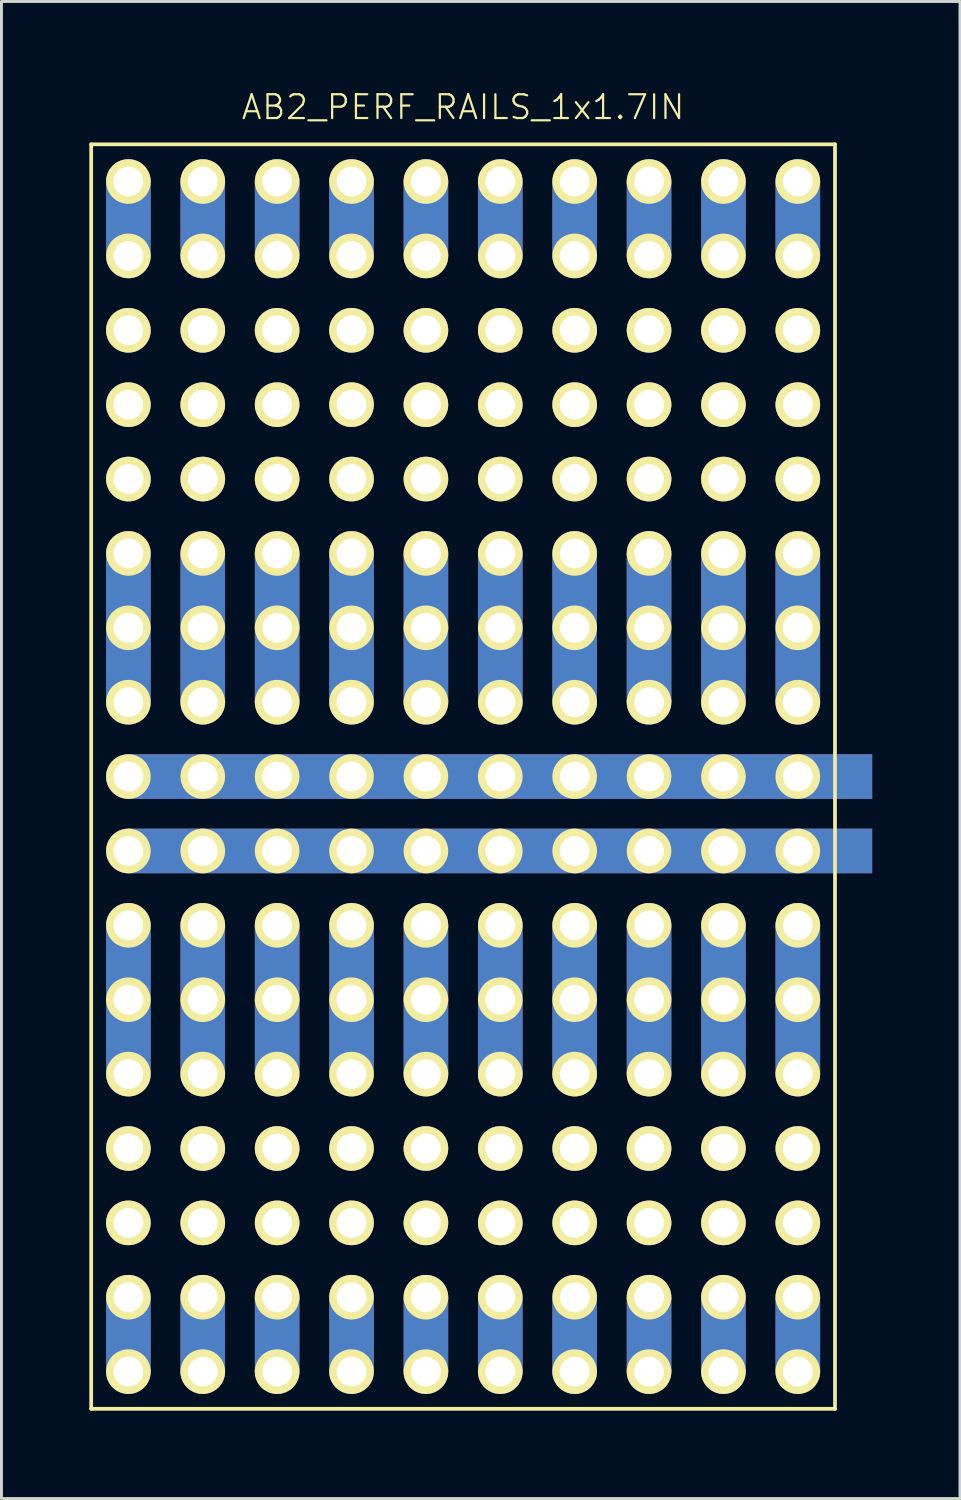
<source format=kicad_pcb>
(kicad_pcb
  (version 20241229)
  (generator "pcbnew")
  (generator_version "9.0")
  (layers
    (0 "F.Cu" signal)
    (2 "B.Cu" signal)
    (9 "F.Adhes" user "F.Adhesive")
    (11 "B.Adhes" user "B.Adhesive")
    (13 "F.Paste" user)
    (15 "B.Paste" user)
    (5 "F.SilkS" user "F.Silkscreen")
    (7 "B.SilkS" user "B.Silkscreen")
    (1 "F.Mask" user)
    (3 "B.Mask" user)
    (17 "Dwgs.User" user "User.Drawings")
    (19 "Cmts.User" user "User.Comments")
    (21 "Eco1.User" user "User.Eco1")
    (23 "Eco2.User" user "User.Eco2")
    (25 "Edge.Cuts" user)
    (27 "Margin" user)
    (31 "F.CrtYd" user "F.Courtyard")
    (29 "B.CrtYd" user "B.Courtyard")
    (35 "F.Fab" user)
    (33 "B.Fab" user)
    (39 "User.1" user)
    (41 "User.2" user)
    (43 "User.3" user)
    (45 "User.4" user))
  (footprint "AB2_PERF_RAILS_1x1.7IN"
    (layer "F.Cu")
    (at 12.764 23.469)
    (property "Reference" "AB2_PERF_RAILS_1x1.7IN" (at 0 -22.86 0) (layer "F.SilkS") (effects (font (size 0.813 0.813) (thickness 0.076))))
    (attr through_hole)
    (fp_line (start -12.7 -21.59) (end 12.7 -21.59) (stroke (width 0.127) (type solid)) (layer "F.SilkS"))
    (fp_line (start -12.7 21.59) (end -12.7 -21.59) (stroke (width 0.127) (type solid)) (layer "F.SilkS"))
    (fp_line (start 12.7 -21.59) (end 12.7 21.59) (stroke (width 0.127) (type solid)) (layer "F.SilkS"))
    (fp_line (start 12.7 21.59) (end -12.7 21.59) (stroke (width 0.127) (type solid)) (layer "F.SilkS"))
    (pad "1" thru_hole circle (at -11.43 17.78) (size 1.524 1.524) (drill 1.016) (layers "*.Cu" "*.Mask" "F.SilkS"))
    (pad "1" smd rect (at -11.43 19.05) (size 1.524 2.54) (layers "F.Cu" "F.Mask" "F.Paste"))
    (pad "1" smd rect (at -11.43 19.05) (size 1.524 2.54) (layers "B.Cu" "B.Mask" "B.Paste"))
    (pad "1" thru_hole circle (at -11.43 20.32) (size 1.524 1.524) (drill 1.016) (layers "*.Cu" "*.Mask" "F.SilkS"))
    (pad "1" thru_hole circle (at -8.89 17.78) (size 1.524 1.524) (drill 1.016) (layers "*.Cu" "*.Mask" "F.SilkS"))
    (pad "1" smd rect (at -8.89 19.05) (size 1.524 2.54) (layers "F.Cu" "F.Mask" "F.Paste"))
    (pad "1" smd rect (at -8.89 19.05) (size 1.524 2.54) (layers "B.Cu" "B.Mask" "B.Paste"))
    (pad "1" thru_hole circle (at -8.89 20.32) (size 1.524 1.524) (drill 1.016) (layers "*.Cu" "*.Mask" "F.SilkS"))
    (pad "1" thru_hole circle (at -6.35 17.78) (size 1.524 1.524) (drill 1.016) (layers "*.Cu" "*.Mask" "F.SilkS"))
    (pad "1" smd rect (at -6.35 19.05) (size 1.524 2.54) (layers "F.Cu" "F.Mask" "F.Paste"))
    (pad "1" smd rect (at -6.35 19.05) (size 1.524 2.54) (layers "B.Cu" "B.Mask" "B.Paste"))
    (pad "1" thru_hole circle (at -6.35 20.32) (size 1.524 1.524) (drill 1.016) (layers "*.Cu" "*.Mask" "F.SilkS"))
    (pad "1" thru_hole circle (at -3.81 17.78) (size 1.524 1.524) (drill 1.016) (layers "*.Cu" "*.Mask" "F.SilkS"))
    (pad "1" smd rect (at -3.81 19.05) (size 1.524 2.54) (layers "F.Cu" "F.Mask" "F.Paste"))
    (pad "1" smd rect (at -3.81 19.05) (size 1.524 2.54) (layers "B.Cu" "B.Mask" "B.Paste"))
    (pad "1" thru_hole circle (at -3.81 20.32) (size 1.524 1.524) (drill 1.016) (layers "*.Cu" "*.Mask" "F.SilkS"))
    (pad "1" thru_hole circle (at -1.27 17.78) (size 1.524 1.524) (drill 1.016) (layers "*.Cu" "*.Mask" "F.SilkS"))
    (pad "1" smd rect (at -1.27 19.05) (size 1.524 2.54) (layers "F.Cu" "F.Mask" "F.Paste"))
    (pad "1" smd rect (at -1.27 19.05) (size 1.524 2.54) (layers "B.Cu" "B.Mask" "B.Paste"))
    (pad "1" thru_hole circle (at -1.27 20.32) (size 1.524 1.524) (drill 1.016) (layers "*.Cu" "*.Mask" "F.SilkS"))
    (pad "1" thru_hole circle (at 1.27 17.78) (size 1.524 1.524) (drill 1.016) (layers "*.Cu" "*.Mask" "F.SilkS"))
    (pad "1" smd rect (at 1.27 19.05) (size 1.524 2.54) (layers "F.Cu" "F.Mask" "F.Paste"))
    (pad "1" smd rect (at 1.27 19.05) (size 1.524 2.54) (layers "B.Cu" "B.Mask" "B.Paste"))
    (pad "1" thru_hole circle (at 1.27 20.32) (size 1.524 1.524) (drill 1.016) (layers "*.Cu" "*.Mask" "F.SilkS"))
    (pad "1" thru_hole circle (at 3.81 17.78) (size 1.524 1.524) (drill 1.016) (layers "*.Cu" "*.Mask" "F.SilkS"))
    (pad "1" smd rect (at 3.81 19.05) (size 1.524 2.54) (layers "F.Cu" "F.Mask" "F.Paste"))
    (pad "1" smd rect (at 3.81 19.05) (size 1.524 2.54) (layers "B.Cu" "B.Mask" "B.Paste"))
    (pad "1" thru_hole circle (at 3.81 20.32) (size 1.524 1.524) (drill 1.016) (layers "*.Cu" "*.Mask" "F.SilkS"))
    (pad "1" thru_hole circle (at 6.35 17.78) (size 1.524 1.524) (drill 1.016) (layers "*.Cu" "*.Mask" "F.SilkS"))
    (pad "1" smd rect (at 6.35 19.05) (size 1.524 2.54) (layers "F.Cu" "F.Mask" "F.Paste"))
    (pad "1" smd rect (at 6.35 19.05) (size 1.524 2.54) (layers "B.Cu" "B.Mask" "B.Paste"))
    (pad "1" thru_hole circle (at 6.35 20.32) (size 1.524 1.524) (drill 1.016) (layers "*.Cu" "*.Mask" "F.SilkS"))
    (pad "1" thru_hole circle (at 8.89 17.78) (size 1.524 1.524) (drill 1.016) (layers "*.Cu" "*.Mask" "F.SilkS"))
    (pad "1" smd rect (at 8.89 19.05) (size 1.524 2.54) (layers "F.Cu" "F.Mask" "F.Paste"))
    (pad "1" smd rect (at 8.89 19.05) (size 1.524 2.54) (layers "B.Cu" "B.Mask" "B.Paste"))
    (pad "1" thru_hole circle (at 8.89 20.32) (size 1.524 1.524) (drill 1.016) (layers "*.Cu" "*.Mask" "F.SilkS"))
    (pad "1" thru_hole circle (at 11.43 17.78) (size 1.524 1.524) (drill 1.016) (layers "*.Cu" "*.Mask" "F.SilkS"))
    (pad "1" smd rect (at 11.43 19.05) (size 1.524 2.54) (layers "F.Cu" "F.Mask" "F.Paste"))
    (pad "1" smd rect (at 11.43 19.05) (size 1.524 2.54) (layers "B.Cu" "B.Mask" "B.Paste"))
    (pad "1" thru_hole circle (at 11.43 20.32) (size 1.524 1.524) (drill 1.016) (layers "*.Cu" "*.Mask" "F.SilkS"))
    (pad "2" thru_hole circle (at -11.43 15.24) (size 1.524 1.524) (drill 1.016) (layers "*.Cu" "*.Mask" "F.SilkS"))
    (pad "2" thru_hole circle (at -8.89 15.24) (size 1.524 1.524) (drill 1.016) (layers "*.Cu" "*.Mask" "F.SilkS"))
    (pad "2" thru_hole circle (at -6.35 15.24) (size 1.524 1.524) (drill 1.016) (layers "*.Cu" "*.Mask" "F.SilkS"))
    (pad "2" thru_hole circle (at -3.81 15.24) (size 1.524 1.524) (drill 1.016) (layers "*.Cu" "*.Mask" "F.SilkS"))
    (pad "2" thru_hole circle (at -1.27 15.24) (size 1.524 1.524) (drill 1.016) (layers "*.Cu" "*.Mask" "F.SilkS"))
    (pad "2" thru_hole circle (at 1.27 15.24) (size 1.524 1.524) (drill 1.016) (layers "*.Cu" "*.Mask" "F.SilkS"))
    (pad "2" thru_hole circle (at 3.81 15.24) (size 1.524 1.524) (drill 1.016) (layers "*.Cu" "*.Mask" "F.SilkS"))
    (pad "2" thru_hole circle (at 6.35 15.24) (size 1.524 1.524) (drill 1.016) (layers "*.Cu" "*.Mask" "F.SilkS"))
    (pad "2" thru_hole circle (at 8.89 15.24) (size 1.524 1.524) (drill 1.016) (layers "*.Cu" "*.Mask" "F.SilkS"))
    (pad "2" thru_hole circle (at 11.43 15.24) (size 1.524 1.524) (drill 1.016) (layers "*.Cu" "*.Mask" "F.SilkS"))
    (pad "3" thru_hole circle (at -11.43 12.7) (size 1.524 1.524) (drill 1.016) (layers "*.Cu" "*.Mask" "F.SilkS"))
    (pad "3" thru_hole circle (at -8.89 12.7) (size 1.524 1.524) (drill 1.016) (layers "*.Cu" "*.Mask" "F.SilkS"))
    (pad "3" thru_hole circle (at -6.35 12.7) (size 1.524 1.524) (drill 1.016) (layers "*.Cu" "*.Mask" "F.SilkS"))
    (pad "3" thru_hole circle (at -3.81 12.7) (size 1.524 1.524) (drill 1.016) (layers "*.Cu" "*.Mask" "F.SilkS"))
    (pad "3" thru_hole circle (at -1.27 12.7) (size 1.524 1.524) (drill 1.016) (layers "*.Cu" "*.Mask" "F.SilkS"))
    (pad "3" thru_hole circle (at 1.27 12.7) (size 1.524 1.524) (drill 1.016) (layers "*.Cu" "*.Mask" "F.SilkS"))
    (pad "3" thru_hole circle (at 3.81 12.7) (size 1.524 1.524) (drill 1.016) (layers "*.Cu" "*.Mask" "F.SilkS"))
    (pad "3" thru_hole circle (at 6.35 12.7) (size 1.524 1.524) (drill 1.016) (layers "*.Cu" "*.Mask" "F.SilkS"))
    (pad "3" thru_hole circle (at 8.89 12.7) (size 1.524 1.524) (drill 1.016) (layers "*.Cu" "*.Mask" "F.SilkS"))
    (pad "3" thru_hole circle (at 11.43 12.7) (size 1.524 1.524) (drill 1.016) (layers "*.Cu" "*.Mask" "F.SilkS"))
    (pad "4" thru_hole circle (at -11.43 5.08) (size 1.524 1.524) (drill 1.016) (layers "*.Cu" "*.Mask" "F.SilkS"))
    (pad "4" smd rect (at -11.43 6.35) (size 1.524 2.54) (layers "F.Cu" "F.Mask" "F.Paste"))
    (pad "4" smd rect (at -11.43 6.35) (size 1.524 2.54) (layers "B.Cu" "B.Mask" "B.Paste"))
    (pad "4" thru_hole circle (at -11.43 7.62) (size 1.524 1.524) (drill 1.016) (layers "*.Cu" "*.Mask" "F.SilkS"))
    (pad "4" smd rect (at -11.43 8.89) (size 1.524 2.54) (layers "F.Cu" "F.Mask" "F.Paste"))
    (pad "4" smd rect (at -11.43 8.89) (size 1.524 2.54) (layers "B.Cu" "B.Mask" "B.Paste"))
    (pad "4" thru_hole circle (at -11.43 10.16) (size 1.524 1.524) (drill 1.016) (layers "*.Cu" "*.Mask" "F.SilkS"))
    (pad "4" thru_hole circle (at -8.89 5.08) (size 1.524 1.524) (drill 1.016) (layers "*.Cu" "*.Mask" "F.SilkS"))
    (pad "4" smd rect (at -8.89 6.35) (size 1.524 2.54) (layers "F.Cu" "F.Mask" "F.Paste"))
    (pad "4" smd rect (at -8.89 6.35) (size 1.524 2.54) (layers "B.Cu" "B.Mask" "B.Paste"))
    (pad "4" thru_hole circle (at -8.89 7.62) (size 1.524 1.524) (drill 1.016) (layers "*.Cu" "*.Mask" "F.SilkS"))
    (pad "4" smd rect (at -8.89 8.89) (size 1.524 2.54) (layers "F.Cu" "F.Mask" "F.Paste"))
    (pad "4" smd rect (at -8.89 8.89) (size 1.524 2.54) (layers "B.Cu" "B.Mask" "B.Paste"))
    (pad "4" thru_hole circle (at -8.89 10.16) (size 1.524 1.524) (drill 1.016) (layers "*.Cu" "*.Mask" "F.SilkS"))
    (pad "4" thru_hole circle (at -6.35 5.08) (size 1.524 1.524) (drill 1.016) (layers "*.Cu" "*.Mask" "F.SilkS"))
    (pad "4" smd rect (at -6.35 6.35) (size 1.524 2.54) (layers "F.Cu" "F.Mask" "F.Paste"))
    (pad "4" smd rect (at -6.35 6.35) (size 1.524 2.54) (layers "B.Cu" "B.Mask" "B.Paste"))
    (pad "4" thru_hole circle (at -6.35 7.62) (size 1.524 1.524) (drill 1.016) (layers "*.Cu" "*.Mask" "F.SilkS"))
    (pad "4" smd rect (at -6.35 8.89) (size 1.524 2.54) (layers "F.Cu" "F.Mask" "F.Paste"))
    (pad "4" smd rect (at -6.35 8.89) (size 1.524 2.54) (layers "B.Cu" "B.Mask" "B.Paste"))
    (pad "4" thru_hole circle (at -6.35 10.16) (size 1.524 1.524) (drill 1.016) (layers "*.Cu" "*.Mask" "F.SilkS"))
    (pad "4" thru_hole circle (at -3.81 5.08) (size 1.524 1.524) (drill 1.016) (layers "*.Cu" "*.Mask" "F.SilkS"))
    (pad "4" smd rect (at -3.81 6.35) (size 1.524 2.54) (layers "F.Cu" "F.Mask" "F.Paste"))
    (pad "4" smd rect (at -3.81 6.35) (size 1.524 2.54) (layers "B.Cu" "B.Mask" "B.Paste"))
    (pad "4" thru_hole circle (at -3.81 7.62) (size 1.524 1.524) (drill 1.016) (layers "*.Cu" "*.Mask" "F.SilkS"))
    (pad "4" smd rect (at -3.81 8.89) (size 1.524 2.54) (layers "F.Cu" "F.Mask" "F.Paste"))
    (pad "4" smd rect (at -3.81 8.89) (size 1.524 2.54) (layers "B.Cu" "B.Mask" "B.Paste"))
    (pad "4" thru_hole circle (at -3.81 10.16) (size 1.524 1.524) (drill 1.016) (layers "*.Cu" "*.Mask" "F.SilkS"))
    (pad "4" thru_hole circle (at -1.27 5.08) (size 1.524 1.524) (drill 1.016) (layers "*.Cu" "*.Mask" "F.SilkS"))
    (pad "4" smd rect (at -1.27 6.35) (size 1.524 2.54) (layers "F.Cu" "F.Mask" "F.Paste"))
    (pad "4" smd rect (at -1.27 6.35) (size 1.524 2.54) (layers "B.Cu" "B.Mask" "B.Paste"))
    (pad "4" thru_hole circle (at -1.27 7.62) (size 1.524 1.524) (drill 1.016) (layers "*.Cu" "*.Mask" "F.SilkS"))
    (pad "4" smd rect (at -1.27 8.89) (size 1.524 2.54) (layers "F.Cu" "F.Mask" "F.Paste"))
    (pad "4" smd rect (at -1.27 8.89) (size 1.524 2.54) (layers "B.Cu" "B.Mask" "B.Paste"))
    (pad "4" thru_hole circle (at -1.27 10.16) (size 1.524 1.524) (drill 1.016) (layers "*.Cu" "*.Mask" "F.SilkS"))
    (pad "4" thru_hole circle (at 1.27 5.08) (size 1.524 1.524) (drill 1.016) (layers "*.Cu" "*.Mask" "F.SilkS"))
    (pad "4" smd rect (at 1.27 6.35) (size 1.524 2.54) (layers "F.Cu" "F.Mask" "F.Paste"))
    (pad "4" smd rect (at 1.27 6.35) (size 1.524 2.54) (layers "B.Cu" "B.Mask" "B.Paste"))
    (pad "4" thru_hole circle (at 1.27 7.62) (size 1.524 1.524) (drill 1.016) (layers "*.Cu" "*.Mask" "F.SilkS"))
    (pad "4" smd rect (at 1.27 8.89) (size 1.524 2.54) (layers "F.Cu" "F.Mask" "F.Paste"))
    (pad "4" smd rect (at 1.27 8.89) (size 1.524 2.54) (layers "B.Cu" "B.Mask" "B.Paste"))
    (pad "4" thru_hole circle (at 1.27 10.16) (size 1.524 1.524) (drill 1.016) (layers "*.Cu" "*.Mask" "F.SilkS"))
    (pad "4" thru_hole circle (at 3.81 5.08) (size 1.524 1.524) (drill 1.016) (layers "*.Cu" "*.Mask" "F.SilkS"))
    (pad "4" smd rect (at 3.81 6.35) (size 1.524 2.54) (layers "F.Cu" "F.Mask" "F.Paste"))
    (pad "4" smd rect (at 3.81 6.35) (size 1.524 2.54) (layers "B.Cu" "B.Mask" "B.Paste"))
    (pad "4" thru_hole circle (at 3.81 7.62) (size 1.524 1.524) (drill 1.016) (layers "*.Cu" "*.Mask" "F.SilkS"))
    (pad "4" smd rect (at 3.81 8.89) (size 1.524 2.54) (layers "F.Cu" "F.Mask" "F.Paste"))
    (pad "4" smd rect (at 3.81 8.89) (size 1.524 2.54) (layers "B.Cu" "B.Mask" "B.Paste"))
    (pad "4" thru_hole circle (at 3.81 10.16) (size 1.524 1.524) (drill 1.016) (layers "*.Cu" "*.Mask" "F.SilkS"))
    (pad "4" thru_hole circle (at 6.35 5.08) (size 1.524 1.524) (drill 1.016) (layers "*.Cu" "*.Mask" "F.SilkS"))
    (pad "4" smd rect (at 6.35 6.35) (size 1.524 2.54) (layers "F.Cu" "F.Mask" "F.Paste"))
    (pad "4" smd rect (at 6.35 6.35) (size 1.524 2.54) (layers "B.Cu" "B.Mask" "B.Paste"))
    (pad "4" thru_hole circle (at 6.35 7.62) (size 1.524 1.524) (drill 1.016) (layers "*.Cu" "*.Mask" "F.SilkS"))
    (pad "4" smd rect (at 6.35 8.89) (size 1.524 2.54) (layers "F.Cu" "F.Mask" "F.Paste"))
    (pad "4" smd rect (at 6.35 8.89) (size 1.524 2.54) (layers "B.Cu" "B.Mask" "B.Paste"))
    (pad "4" thru_hole circle (at 6.35 10.16) (size 1.524 1.524) (drill 1.016) (layers "*.Cu" "*.Mask" "F.SilkS"))
    (pad "4" thru_hole circle (at 8.89 5.08) (size 1.524 1.524) (drill 1.016) (layers "*.Cu" "*.Mask" "F.SilkS"))
    (pad "4" smd rect (at 8.89 6.35) (size 1.524 2.54) (layers "F.Cu" "F.Mask" "F.Paste"))
    (pad "4" smd rect (at 8.89 6.35) (size 1.524 2.54) (layers "B.Cu" "B.Mask" "B.Paste"))
    (pad "4" thru_hole circle (at 8.89 7.62) (size 1.524 1.524) (drill 1.016) (layers "*.Cu" "*.Mask" "F.SilkS"))
    (pad "4" smd rect (at 8.89 8.89) (size 1.524 2.54) (layers "F.Cu" "F.Mask" "F.Paste"))
    (pad "4" smd rect (at 8.89 8.89) (size 1.524 2.54) (layers "B.Cu" "B.Mask" "B.Paste"))
    (pad "4" thru_hole circle (at 8.89 10.16) (size 1.524 1.524) (drill 1.016) (layers "*.Cu" "*.Mask" "F.SilkS"))
    (pad "4" thru_hole circle (at 11.43 5.08) (size 1.524 1.524) (drill 1.016) (layers "*.Cu" "*.Mask" "F.SilkS"))
    (pad "4" smd rect (at 11.43 6.35) (size 1.524 2.54) (layers "F.Cu" "F.Mask" "F.Paste"))
    (pad "4" smd rect (at 11.43 6.35) (size 1.524 2.54) (layers "B.Cu" "B.Mask" "B.Paste"))
    (pad "4" thru_hole circle (at 11.43 7.62) (size 1.524 1.524) (drill 1.016) (layers "*.Cu" "*.Mask" "F.SilkS"))
    (pad "4" smd rect (at 11.43 8.89) (size 1.524 2.54) (layers "F.Cu" "F.Mask" "F.Paste"))
    (pad "4" smd rect (at 11.43 8.89) (size 1.524 2.54) (layers "B.Cu" "B.Mask" "B.Paste"))
    (pad "4" thru_hole circle (at 11.43 10.16) (size 1.524 1.524) (drill 1.016) (layers "*.Cu" "*.Mask" "F.SilkS"))
    (pad "5" thru_hole circle (at -11.43 2.54) (size 1.524 1.524) (drill 1.016) (layers "*.Cu" "*.Mask" "F.SilkS"))
    (pad "5" smd rect (at -10.16 2.54 90) (size 1.524 2.54) (layers "F.Cu" "F.Mask" "F.Paste"))
    (pad "5" smd rect (at -10.16 2.54 90) (size 1.524 2.54) (layers "B.Cu" "B.Mask" "B.Paste"))
    (pad "5" thru_hole circle (at -8.89 2.54) (size 1.524 1.524) (drill 1.016) (layers "*.Cu" "*.Mask" "F.SilkS"))
    (pad "5" smd rect (at -7.62 2.54 90) (size 1.524 2.54) (layers "F.Cu" "F.Mask" "F.Paste"))
    (pad "5" smd rect (at -7.62 2.54 90) (size 1.524 2.54) (layers "B.Cu" "B.Mask" "B.Paste"))
    (pad "5" thru_hole circle (at -6.35 2.54) (size 1.524 1.524) (drill 1.016) (layers "*.Cu" "*.Mask" "F.SilkS"))
    (pad "5" smd rect (at -5.08 2.54 90) (size 1.524 2.54) (layers "F.Cu" "F.Mask" "F.Paste"))
    (pad "5" smd rect (at -5.08 2.54 90) (size 1.524 2.54) (layers "B.Cu" "B.Mask" "B.Paste"))
    (pad "5" thru_hole circle (at -3.81 2.54) (size 1.524 1.524) (drill 1.016) (layers "*.Cu" "*.Mask" "F.SilkS"))
    (pad "5" smd rect (at -2.54 2.54 90) (size 1.524 2.54) (layers "F.Cu" "F.Mask" "F.Paste"))
    (pad "5" smd rect (at -2.54 2.54 90) (size 1.524 2.54) (layers "B.Cu" "B.Mask" "B.Paste"))
    (pad "5" thru_hole circle (at -1.27 2.54) (size 1.524 1.524) (drill 1.016) (layers "*.Cu" "*.Mask" "F.SilkS"))
    (pad "5" smd rect (at 0 2.54 90) (size 1.524 2.54) (layers "F.Cu" "F.Mask" "F.Paste"))
    (pad "5" smd rect (at 0 2.54 90) (size 1.524 2.54) (layers "B.Cu" "B.Mask" "B.Paste"))
    (pad "5" thru_hole circle (at 1.27 2.54) (size 1.524 1.524) (drill 1.016) (layers "*.Cu" "*.Mask" "F.SilkS"))
    (pad "5" smd rect (at 2.54 2.54 90) (size 1.524 2.54) (layers "F.Cu" "F.Mask" "F.Paste"))
    (pad "5" smd rect (at 2.54 2.54 90) (size 1.524 2.54) (layers "B.Cu" "B.Mask" "B.Paste"))
    (pad "5" thru_hole circle (at 3.81 2.54) (size 1.524 1.524) (drill 1.016) (layers "*.Cu" "*.Mask" "F.SilkS"))
    (pad "5" smd rect (at 5.08 2.54 90) (size 1.524 2.54) (layers "F.Cu" "F.Mask" "F.Paste"))
    (pad "5" smd rect (at 5.08 2.54 90) (size 1.524 2.54) (layers "B.Cu" "B.Mask" "B.Paste"))
    (pad "5" thru_hole circle (at 6.35 2.54) (size 1.524 1.524) (drill 1.016) (layers "*.Cu" "*.Mask" "F.SilkS"))
    (pad "5" smd rect (at 7.62 2.54 90) (size 1.524 2.54) (layers "F.Cu" "F.Mask" "F.Paste"))
    (pad "5" smd rect (at 7.62 2.54 90) (size 1.524 2.54) (layers "B.Cu" "B.Mask" "B.Paste"))
    (pad "5" thru_hole circle (at 8.89 2.54) (size 1.524 1.524) (drill 1.016) (layers "*.Cu" "*.Mask" "F.SilkS"))
    (pad "5" smd rect (at 10.16 2.54 90) (size 1.524 2.54) (layers "F.Cu" "F.Mask" "F.Paste"))
    (pad "5" smd rect (at 10.16 2.54 90) (size 1.524 2.54) (layers "B.Cu" "B.Mask" "B.Paste"))
    (pad "5" thru_hole circle (at 11.43 2.54) (size 1.524 1.524) (drill 1.016) (layers "*.Cu" "*.Mask" "F.SilkS"))
    (pad "5" smd rect (at 12.7 2.54 90) (size 1.524 2.54) (layers "F.Cu" "F.Mask" "F.Paste"))
    (pad "5" smd rect (at 12.7 2.54 90) (size 1.524 2.54) (layers "B.Cu" "B.Mask" "B.Paste"))
    (pad "6" thru_hole circle (at -11.43 0) (size 1.524 1.524) (drill 1.016) (layers "*.Cu" "*.Mask" "F.SilkS"))
    (pad "6" smd rect (at -10.16 0 90) (size 1.524 2.54) (layers "F.Cu" "F.Mask" "F.Paste"))
    (pad "6" smd rect (at -10.16 0 90) (size 1.524 2.54) (layers "B.Cu" "B.Mask" "B.Paste"))
    (pad "6" thru_hole circle (at -8.89 0) (size 1.524 1.524) (drill 1.016) (layers "*.Cu" "*.Mask" "F.SilkS"))
    (pad "6" smd rect (at -7.62 0 90) (size 1.524 2.54) (layers "F.Cu" "F.Mask" "F.Paste"))
    (pad "6" smd rect (at -7.62 0 90) (size 1.524 2.54) (layers "B.Cu" "B.Mask" "B.Paste"))
    (pad "6" thru_hole circle (at -6.35 0) (size 1.524 1.524) (drill 1.016) (layers "*.Cu" "*.Mask" "F.SilkS"))
    (pad "6" smd rect (at -5.08 0 90) (size 1.524 2.54) (layers "F.Cu" "F.Mask" "F.Paste"))
    (pad "6" smd rect (at -5.08 0 90) (size 1.524 2.54) (layers "B.Cu" "B.Mask" "B.Paste"))
    (pad "6" thru_hole circle (at -3.81 0) (size 1.524 1.524) (drill 1.016) (layers "*.Cu" "*.Mask" "F.SilkS"))
    (pad "6" smd rect (at -2.54 0 90) (size 1.524 2.54) (layers "F.Cu" "F.Mask" "F.Paste"))
    (pad "6" smd rect (at -2.54 0 90) (size 1.524 2.54) (layers "B.Cu" "B.Mask" "B.Paste"))
    (pad "6" thru_hole circle (at -1.27 0) (size 1.524 1.524) (drill 1.016) (layers "*.Cu" "*.Mask" "F.SilkS"))
    (pad "6" smd rect (at 0 0 90) (size 1.524 2.54) (layers "F.Cu" "F.Mask" "F.Paste"))
    (pad "6" smd rect (at 0 0 90) (size 1.524 2.54) (layers "B.Cu" "B.Mask" "B.Paste"))
    (pad "6" thru_hole circle (at 1.27 0) (size 1.524 1.524) (drill 1.016) (layers "*.Cu" "*.Mask" "F.SilkS"))
    (pad "6" smd rect (at 2.54 0 90) (size 1.524 2.54) (layers "F.Cu" "F.Mask" "F.Paste"))
    (pad "6" smd rect (at 2.54 0 90) (size 1.524 2.54) (layers "B.Cu" "B.Mask" "B.Paste"))
    (pad "6" thru_hole circle (at 3.81 0) (size 1.524 1.524) (drill 1.016) (layers "*.Cu" "*.Mask" "F.SilkS"))
    (pad "6" smd rect (at 5.08 0 90) (size 1.524 2.54) (layers "F.Cu" "F.Mask" "F.Paste"))
    (pad "6" smd rect (at 5.08 0 90) (size 1.524 2.54) (layers "B.Cu" "B.Mask" "B.Paste"))
    (pad "6" thru_hole circle (at 6.35 0) (size 1.524 1.524) (drill 1.016) (layers "*.Cu" "*.Mask" "F.SilkS"))
    (pad "6" smd rect (at 7.62 0 90) (size 1.524 2.54) (layers "F.Cu" "F.Mask" "F.Paste"))
    (pad "6" smd rect (at 7.62 0 90) (size 1.524 2.54) (layers "B.Cu" "B.Mask" "B.Paste"))
    (pad "6" thru_hole circle (at 8.89 0) (size 1.524 1.524) (drill 1.016) (layers "*.Cu" "*.Mask" "F.SilkS"))
    (pad "6" smd rect (at 10.16 0 90) (size 1.524 2.54) (layers "F.Cu" "F.Mask" "F.Paste"))
    (pad "6" smd rect (at 10.16 0 90) (size 1.524 2.54) (layers "B.Cu" "B.Mask" "B.Paste"))
    (pad "6" thru_hole circle (at 11.43 0) (size 1.524 1.524) (drill 1.016) (layers "*.Cu" "*.Mask" "F.SilkS"))
    (pad "6" smd rect (at 12.7 0 90) (size 1.524 2.54) (layers "F.Cu" "F.Mask" "F.Paste"))
    (pad "6" smd rect (at 12.7 0 90) (size 1.524 2.54) (layers "B.Cu" "B.Mask" "B.Paste"))
    (pad "7" thru_hole circle (at -11.43 -7.62) (size 1.524 1.524) (drill 1.016) (layers "*.Cu" "*.Mask" "F.SilkS"))
    (pad "7" smd rect (at -11.43 -6.35) (size 1.524 2.54) (layers "F.Cu" "F.Mask" "F.Paste"))
    (pad "7" smd rect (at -11.43 -6.35) (size 1.524 2.54) (layers "B.Cu" "B.Mask" "B.Paste"))
    (pad "7" thru_hole circle (at -11.43 -5.08) (size 1.524 1.524) (drill 1.016) (layers "*.Cu" "*.Mask" "F.SilkS"))
    (pad "7" smd rect (at -11.43 -3.81) (size 1.524 2.54) (layers "F.Cu" "F.Mask" "F.Paste"))
    (pad "7" smd rect (at -11.43 -3.81) (size 1.524 2.54) (layers "B.Cu" "B.Mask" "B.Paste"))
    (pad "7" thru_hole circle (at -11.43 -2.54) (size 1.524 1.524) (drill 1.016) (layers "*.Cu" "*.Mask" "F.SilkS"))
    (pad "7" thru_hole circle (at -8.89 -7.62) (size 1.524 1.524) (drill 1.016) (layers "*.Cu" "*.Mask" "F.SilkS"))
    (pad "7" smd rect (at -8.89 -6.35) (size 1.524 2.54) (layers "F.Cu" "F.Mask" "F.Paste"))
    (pad "7" smd rect (at -8.89 -6.35) (size 1.524 2.54) (layers "B.Cu" "B.Mask" "B.Paste"))
    (pad "7" thru_hole circle (at -8.89 -5.08) (size 1.524 1.524) (drill 1.016) (layers "*.Cu" "*.Mask" "F.SilkS"))
    (pad "7" smd rect (at -8.89 -3.81) (size 1.524 2.54) (layers "F.Cu" "F.Mask" "F.Paste"))
    (pad "7" smd rect (at -8.89 -3.81) (size 1.524 2.54) (layers "B.Cu" "B.Mask" "B.Paste"))
    (pad "7" thru_hole circle (at -8.89 -2.54) (size 1.524 1.524) (drill 1.016) (layers "*.Cu" "*.Mask" "F.SilkS"))
    (pad "7" thru_hole circle (at -6.35 -7.62) (size 1.524 1.524) (drill 1.016) (layers "*.Cu" "*.Mask" "F.SilkS"))
    (pad "7" smd rect (at -6.35 -6.35) (size 1.524 2.54) (layers "F.Cu" "F.Mask" "F.Paste"))
    (pad "7" smd rect (at -6.35 -6.35) (size 1.524 2.54) (layers "B.Cu" "B.Mask" "B.Paste"))
    (pad "7" thru_hole circle (at -6.35 -5.08) (size 1.524 1.524) (drill 1.016) (layers "*.Cu" "*.Mask" "F.SilkS"))
    (pad "7" smd rect (at -6.35 -3.81) (size 1.524 2.54) (layers "F.Cu" "F.Mask" "F.Paste"))
    (pad "7" smd rect (at -6.35 -3.81) (size 1.524 2.54) (layers "B.Cu" "B.Mask" "B.Paste"))
    (pad "7" thru_hole circle (at -6.35 -2.54) (size 1.524 1.524) (drill 1.016) (layers "*.Cu" "*.Mask" "F.SilkS"))
    (pad "7" thru_hole circle (at -3.81 -7.62) (size 1.524 1.524) (drill 1.016) (layers "*.Cu" "*.Mask" "F.SilkS"))
    (pad "7" smd rect (at -3.81 -6.35) (size 1.524 2.54) (layers "F.Cu" "F.Mask" "F.Paste"))
    (pad "7" smd rect (at -3.81 -6.35) (size 1.524 2.54) (layers "B.Cu" "B.Mask" "B.Paste"))
    (pad "7" thru_hole circle (at -3.81 -5.08) (size 1.524 1.524) (drill 1.016) (layers "*.Cu" "*.Mask" "F.SilkS"))
    (pad "7" smd rect (at -3.81 -3.81) (size 1.524 2.54) (layers "F.Cu" "F.Mask" "F.Paste"))
    (pad "7" smd rect (at -3.81 -3.81) (size 1.524 2.54) (layers "B.Cu" "B.Mask" "B.Paste"))
    (pad "7" thru_hole circle (at -3.81 -2.54) (size 1.524 1.524) (drill 1.016) (layers "*.Cu" "*.Mask" "F.SilkS"))
    (pad "7" thru_hole circle (at -1.27 -7.62) (size 1.524 1.524) (drill 1.016) (layers "*.Cu" "*.Mask" "F.SilkS"))
    (pad "7" smd rect (at -1.27 -6.35) (size 1.524 2.54) (layers "F.Cu" "F.Mask" "F.Paste"))
    (pad "7" smd rect (at -1.27 -6.35) (size 1.524 2.54) (layers "B.Cu" "B.Mask" "B.Paste"))
    (pad "7" thru_hole circle (at -1.27 -5.08) (size 1.524 1.524) (drill 1.016) (layers "*.Cu" "*.Mask" "F.SilkS"))
    (pad "7" smd rect (at -1.27 -3.81) (size 1.524 2.54) (layers "F.Cu" "F.Mask" "F.Paste"))
    (pad "7" smd rect (at -1.27 -3.81) (size 1.524 2.54) (layers "B.Cu" "B.Mask" "B.Paste"))
    (pad "7" thru_hole circle (at -1.27 -2.54) (size 1.524 1.524) (drill 1.016) (layers "*.Cu" "*.Mask" "F.SilkS"))
    (pad "7" thru_hole circle (at 1.27 -7.62) (size 1.524 1.524) (drill 1.016) (layers "*.Cu" "*.Mask" "F.SilkS"))
    (pad "7" smd rect (at 1.27 -6.35) (size 1.524 2.54) (layers "F.Cu" "F.Mask" "F.Paste"))
    (pad "7" smd rect (at 1.27 -6.35) (size 1.524 2.54) (layers "B.Cu" "B.Mask" "B.Paste"))
    (pad "7" thru_hole circle (at 1.27 -5.08) (size 1.524 1.524) (drill 1.016) (layers "*.Cu" "*.Mask" "F.SilkS"))
    (pad "7" smd rect (at 1.27 -3.81) (size 1.524 2.54) (layers "F.Cu" "F.Mask" "F.Paste"))
    (pad "7" smd rect (at 1.27 -3.81) (size 1.524 2.54) (layers "B.Cu" "B.Mask" "B.Paste"))
    (pad "7" thru_hole circle (at 1.27 -2.54) (size 1.524 1.524) (drill 1.016) (layers "*.Cu" "*.Mask" "F.SilkS"))
    (pad "7" thru_hole circle (at 3.81 -7.62) (size 1.524 1.524) (drill 1.016) (layers "*.Cu" "*.Mask" "F.SilkS"))
    (pad "7" smd rect (at 3.81 -6.35) (size 1.524 2.54) (layers "F.Cu" "F.Mask" "F.Paste"))
    (pad "7" smd rect (at 3.81 -6.35) (size 1.524 2.54) (layers "B.Cu" "B.Mask" "B.Paste"))
    (pad "7" thru_hole circle (at 3.81 -5.08) (size 1.524 1.524) (drill 1.016) (layers "*.Cu" "*.Mask" "F.SilkS"))
    (pad "7" smd rect (at 3.81 -3.81) (size 1.524 2.54) (layers "F.Cu" "F.Mask" "F.Paste"))
    (pad "7" smd rect (at 3.81 -3.81) (size 1.524 2.54) (layers "B.Cu" "B.Mask" "B.Paste"))
    (pad "7" thru_hole circle (at 3.81 -2.54) (size 1.524 1.524) (drill 1.016) (layers "*.Cu" "*.Mask" "F.SilkS"))
    (pad "7" thru_hole circle (at 6.35 -7.62) (size 1.524 1.524) (drill 1.016) (layers "*.Cu" "*.Mask" "F.SilkS"))
    (pad "7" smd rect (at 6.35 -6.35) (size 1.524 2.54) (layers "F.Cu" "F.Mask" "F.Paste"))
    (pad "7" smd rect (at 6.35 -6.35) (size 1.524 2.54) (layers "B.Cu" "B.Mask" "B.Paste"))
    (pad "7" thru_hole circle (at 6.35 -5.08) (size 1.524 1.524) (drill 1.016) (layers "*.Cu" "*.Mask" "F.SilkS"))
    (pad "7" smd rect (at 6.35 -3.81) (size 1.524 2.54) (layers "F.Cu" "F.Mask" "F.Paste"))
    (pad "7" smd rect (at 6.35 -3.81) (size 1.524 2.54) (layers "B.Cu" "B.Mask" "B.Paste"))
    (pad "7" thru_hole circle (at 6.35 -2.54) (size 1.524 1.524) (drill 1.016) (layers "*.Cu" "*.Mask" "F.SilkS"))
    (pad "7" thru_hole circle (at 8.89 -7.62) (size 1.524 1.524) (drill 1.016) (layers "*.Cu" "*.Mask" "F.SilkS"))
    (pad "7" smd rect (at 8.89 -6.35) (size 1.524 2.54) (layers "F.Cu" "F.Mask" "F.Paste"))
    (pad "7" smd rect (at 8.89 -6.35) (size 1.524 2.54) (layers "B.Cu" "B.Mask" "B.Paste"))
    (pad "7" thru_hole circle (at 8.89 -5.08) (size 1.524 1.524) (drill 1.016) (layers "*.Cu" "*.Mask" "F.SilkS"))
    (pad "7" smd rect (at 8.89 -3.81) (size 1.524 2.54) (layers "F.Cu" "F.Mask" "F.Paste"))
    (pad "7" smd rect (at 8.89 -3.81) (size 1.524 2.54) (layers "B.Cu" "B.Mask" "B.Paste"))
    (pad "7" thru_hole circle (at 8.89 -2.54) (size 1.524 1.524) (drill 1.016) (layers "*.Cu" "*.Mask" "F.SilkS"))
    (pad "7" thru_hole circle (at 11.43 -7.62) (size 1.524 1.524) (drill 1.016) (layers "*.Cu" "*.Mask" "F.SilkS"))
    (pad "7" smd rect (at 11.43 -6.35) (size 1.524 2.54) (layers "F.Cu" "F.Mask" "F.Paste"))
    (pad "7" smd rect (at 11.43 -6.35) (size 1.524 2.54) (layers "B.Cu" "B.Mask" "B.Paste"))
    (pad "7" thru_hole circle (at 11.43 -5.08) (size 1.524 1.524) (drill 1.016) (layers "*.Cu" "*.Mask" "F.SilkS"))
    (pad "7" smd rect (at 11.43 -3.81) (size 1.524 2.54) (layers "F.Cu" "F.Mask" "F.Paste"))
    (pad "7" smd rect (at 11.43 -3.81) (size 1.524 2.54) (layers "B.Cu" "B.Mask" "B.Paste"))
    (pad "7" thru_hole circle (at 11.43 -2.54) (size 1.524 1.524) (drill 1.016) (layers "*.Cu" "*.Mask" "F.SilkS"))
    (pad "8" thru_hole circle (at -11.43 -10.16) (size 1.524 1.524) (drill 1.016) (layers "*.Cu" "*.Mask" "F.SilkS"))
    (pad "8" thru_hole circle (at -8.89 -10.16) (size 1.524 1.524) (drill 1.016) (layers "*.Cu" "*.Mask" "F.SilkS"))
    (pad "8" thru_hole circle (at -6.35 -10.16) (size 1.524 1.524) (drill 1.016) (layers "*.Cu" "*.Mask" "F.SilkS"))
    (pad "8" thru_hole circle (at -3.81 -10.16) (size 1.524 1.524) (drill 1.016) (layers "*.Cu" "*.Mask" "F.SilkS"))
    (pad "8" thru_hole circle (at -1.27 -10.16) (size 1.524 1.524) (drill 1.016) (layers "*.Cu" "*.Mask" "F.SilkS"))
    (pad "8" thru_hole circle (at 1.27 -10.16) (size 1.524 1.524) (drill 1.016) (layers "*.Cu" "*.Mask" "F.SilkS"))
    (pad "8" thru_hole circle (at 3.81 -10.16) (size 1.524 1.524) (drill 1.016) (layers "*.Cu" "*.Mask" "F.SilkS"))
    (pad "8" thru_hole circle (at 6.35 -10.16) (size 1.524 1.524) (drill 1.016) (layers "*.Cu" "*.Mask" "F.SilkS"))
    (pad "8" thru_hole circle (at 8.89 -10.16) (size 1.524 1.524) (drill 1.016) (layers "*.Cu" "*.Mask" "F.SilkS"))
    (pad "8" thru_hole circle (at 11.43 -10.16) (size 1.524 1.524) (drill 1.016) (layers "*.Cu" "*.Mask" "F.SilkS"))
    (pad "9" thru_hole circle (at -11.43 -12.7) (size 1.524 1.524) (drill 1.016) (layers "*.Cu" "*.Mask" "F.SilkS"))
    (pad "9" thru_hole circle (at -8.89 -12.7) (size 1.524 1.524) (drill 1.016) (layers "*.Cu" "*.Mask" "F.SilkS"))
    (pad "9" thru_hole circle (at -6.35 -12.7) (size 1.524 1.524) (drill 1.016) (layers "*.Cu" "*.Mask" "F.SilkS"))
    (pad "9" thru_hole circle (at -3.81 -12.7) (size 1.524 1.524) (drill 1.016) (layers "*.Cu" "*.Mask" "F.SilkS"))
    (pad "9" thru_hole circle (at -1.27 -12.7) (size 1.524 1.524) (drill 1.016) (layers "*.Cu" "*.Mask" "F.SilkS"))
    (pad "9" thru_hole circle (at 1.27 -12.7) (size 1.524 1.524) (drill 1.016) (layers "*.Cu" "*.Mask" "F.SilkS"))
    (pad "9" thru_hole circle (at 3.81 -12.7) (size 1.524 1.524) (drill 1.016) (layers "*.Cu" "*.Mask" "F.SilkS"))
    (pad "9" thru_hole circle (at 6.35 -12.7) (size 1.524 1.524) (drill 1.016) (layers "*.Cu" "*.Mask" "F.SilkS"))
    (pad "9" thru_hole circle (at 8.89 -12.7) (size 1.524 1.524) (drill 1.016) (layers "*.Cu" "*.Mask" "F.SilkS"))
    (pad "9" thru_hole circle (at 11.43 -12.7) (size 1.524 1.524) (drill 1.016) (layers "*.Cu" "*.Mask" "F.SilkS"))
    (pad "10" thru_hole circle (at -11.43 -15.24) (size 1.524 1.524) (drill 1.016) (layers "*.Cu" "*.Mask" "F.SilkS"))
    (pad "10" thru_hole circle (at -8.89 -15.24) (size 1.524 1.524) (drill 1.016) (layers "*.Cu" "*.Mask" "F.SilkS"))
    (pad "10" thru_hole circle (at -6.35 -15.24) (size 1.524 1.524) (drill 1.016) (layers "*.Cu" "*.Mask" "F.SilkS"))
    (pad "10" thru_hole circle (at -3.81 -15.24) (size 1.524 1.524) (drill 1.016) (layers "*.Cu" "*.Mask" "F.SilkS"))
    (pad "10" thru_hole circle (at -1.27 -15.24) (size 1.524 1.524) (drill 1.016) (layers "*.Cu" "*.Mask" "F.SilkS"))
    (pad "10" thru_hole circle (at 1.27 -15.24) (size 1.524 1.524) (drill 1.016) (layers "*.Cu" "*.Mask" "F.SilkS"))
    (pad "10" thru_hole circle (at 3.81 -15.24) (size 1.524 1.524) (drill 1.016) (layers "*.Cu" "*.Mask" "F.SilkS"))
    (pad "10" thru_hole circle (at 6.35 -15.24) (size 1.524 1.524) (drill 1.016) (layers "*.Cu" "*.Mask" "F.SilkS"))
    (pad "10" thru_hole circle (at 8.89 -15.24) (size 1.524 1.524) (drill 1.016) (layers "*.Cu" "*.Mask" "F.SilkS"))
    (pad "10" thru_hole circle (at 11.43 -15.24) (size 1.524 1.524) (drill 1.016) (layers "*.Cu" "*.Mask" "F.SilkS"))
    (pad "11" thru_hole circle (at -11.43 -20.32) (size 1.524 1.524) (drill 1.016) (layers "*.Cu" "*.Mask" "F.SilkS"))
    (pad "11" smd rect (at -11.43 -19.05) (size 1.524 2.54) (layers "F.Cu" "F.Mask" "F.Paste"))
    (pad "11" smd rect (at -11.43 -19.05) (size 1.524 2.54) (layers "B.Cu" "B.Mask" "B.Paste"))
    (pad "11" thru_hole circle (at -11.43 -17.78) (size 1.524 1.524) (drill 1.016) (layers "*.Cu" "*.Mask" "F.SilkS"))
    (pad "11" thru_hole circle (at -8.89 -20.32) (size 1.524 1.524) (drill 1.016) (layers "*.Cu" "*.Mask" "F.SilkS"))
    (pad "11" smd rect (at -8.89 -19.05) (size 1.524 2.54) (layers "F.Cu" "F.Mask" "F.Paste"))
    (pad "11" smd rect (at -8.89 -19.05) (size 1.524 2.54) (layers "B.Cu" "B.Mask" "B.Paste"))
    (pad "11" thru_hole circle (at -8.89 -17.78) (size 1.524 1.524) (drill 1.016) (layers "*.Cu" "*.Mask" "F.SilkS"))
    (pad "11" thru_hole circle (at -6.35 -20.32) (size 1.524 1.524) (drill 1.016) (layers "*.Cu" "*.Mask" "F.SilkS"))
    (pad "11" smd rect (at -6.35 -19.05) (size 1.524 2.54) (layers "F.Cu" "F.Mask" "F.Paste"))
    (pad "11" smd rect (at -6.35 -19.05) (size 1.524 2.54) (layers "B.Cu" "B.Mask" "B.Paste"))
    (pad "11" thru_hole circle (at -6.35 -17.78) (size 1.524 1.524) (drill 1.016) (layers "*.Cu" "*.Mask" "F.SilkS"))
    (pad "11" thru_hole circle (at -3.81 -20.32) (size 1.524 1.524) (drill 1.016) (layers "*.Cu" "*.Mask" "F.SilkS"))
    (pad "11" smd rect (at -3.81 -19.05) (size 1.524 2.54) (layers "F.Cu" "F.Mask" "F.Paste"))
    (pad "11" smd rect (at -3.81 -19.05) (size 1.524 2.54) (layers "B.Cu" "B.Mask" "B.Paste"))
    (pad "11" thru_hole circle (at -3.81 -17.78) (size 1.524 1.524) (drill 1.016) (layers "*.Cu" "*.Mask" "F.SilkS"))
    (pad "11" thru_hole circle (at -1.27 -20.32) (size 1.524 1.524) (drill 1.016) (layers "*.Cu" "*.Mask" "F.SilkS"))
    (pad "11" smd rect (at -1.27 -19.05) (size 1.524 2.54) (layers "F.Cu" "F.Mask" "F.Paste"))
    (pad "11" smd rect (at -1.27 -19.05) (size 1.524 2.54) (layers "B.Cu" "B.Mask" "B.Paste"))
    (pad "11" thru_hole circle (at -1.27 -17.78) (size 1.524 1.524) (drill 1.016) (layers "*.Cu" "*.Mask" "F.SilkS"))
    (pad "11" thru_hole circle (at 1.27 -20.32) (size 1.524 1.524) (drill 1.016) (layers "*.Cu" "*.Mask" "F.SilkS"))
    (pad "11" smd rect (at 1.27 -19.05) (size 1.524 2.54) (layers "F.Cu" "F.Mask" "F.Paste"))
    (pad "11" smd rect (at 1.27 -19.05) (size 1.524 2.54) (layers "B.Cu" "B.Mask" "B.Paste"))
    (pad "11" thru_hole circle (at 1.27 -17.78) (size 1.524 1.524) (drill 1.016) (layers "*.Cu" "*.Mask" "F.SilkS"))
    (pad "11" thru_hole circle (at 3.81 -20.32) (size 1.524 1.524) (drill 1.016) (layers "*.Cu" "*.Mask" "F.SilkS"))
    (pad "11" smd rect (at 3.81 -19.05) (size 1.524 2.54) (layers "F.Cu" "F.Mask" "F.Paste"))
    (pad "11" smd rect (at 3.81 -19.05) (size 1.524 2.54) (layers "B.Cu" "B.Mask" "B.Paste"))
    (pad "11" thru_hole circle (at 3.81 -17.78) (size 1.524 1.524) (drill 1.016) (layers "*.Cu" "*.Mask" "F.SilkS"))
    (pad "11" thru_hole circle (at 6.35 -20.32) (size 1.524 1.524) (drill 1.016) (layers "*.Cu" "*.Mask" "F.SilkS"))
    (pad "11" smd rect (at 6.35 -19.05) (size 1.524 2.54) (layers "F.Cu" "F.Mask" "F.Paste"))
    (pad "11" smd rect (at 6.35 -19.05) (size 1.524 2.54) (layers "B.Cu" "B.Mask" "B.Paste"))
    (pad "11" thru_hole circle (at 6.35 -17.78) (size 1.524 1.524) (drill 1.016) (layers "*.Cu" "*.Mask" "F.SilkS"))
    (pad "11" thru_hole circle (at 8.89 -20.32) (size 1.524 1.524) (drill 1.016) (layers "*.Cu" "*.Mask" "F.SilkS"))
    (pad "11" smd rect (at 8.89 -19.05) (size 1.524 2.54) (layers "F.Cu" "F.Mask" "F.Paste"))
    (pad "11" smd rect (at 8.89 -19.05) (size 1.524 2.54) (layers "B.Cu" "B.Mask" "B.Paste"))
    (pad "11" thru_hole circle (at 8.89 -17.78) (size 1.524 1.524) (drill 1.016) (layers "*.Cu" "*.Mask" "F.SilkS"))
    (pad "11" thru_hole circle (at 11.43 -20.32) (size 1.524 1.524) (drill 1.016) (layers "*.Cu" "*.Mask" "F.SilkS"))
    (pad "11" smd rect (at 11.43 -19.05) (size 1.524 2.54) (layers "F.Cu" "F.Mask" "F.Paste"))
    (pad "11" smd rect (at 11.43 -19.05) (size 1.524 2.54) (layers "B.Cu" "B.Mask" "B.Paste"))
    (pad "11" thru_hole circle (at 11.43 -17.78) (size 1.524 1.524) (drill 1.016) (layers "*.Cu" "*.Mask" "F.SilkS")))
  (gr_rect
    (start -3 -3)
    (end 29.733 48.123)
    (stroke (width 0.1) (type default))
    (fill no)
    (layer "Edge.Cuts")))
</source>
